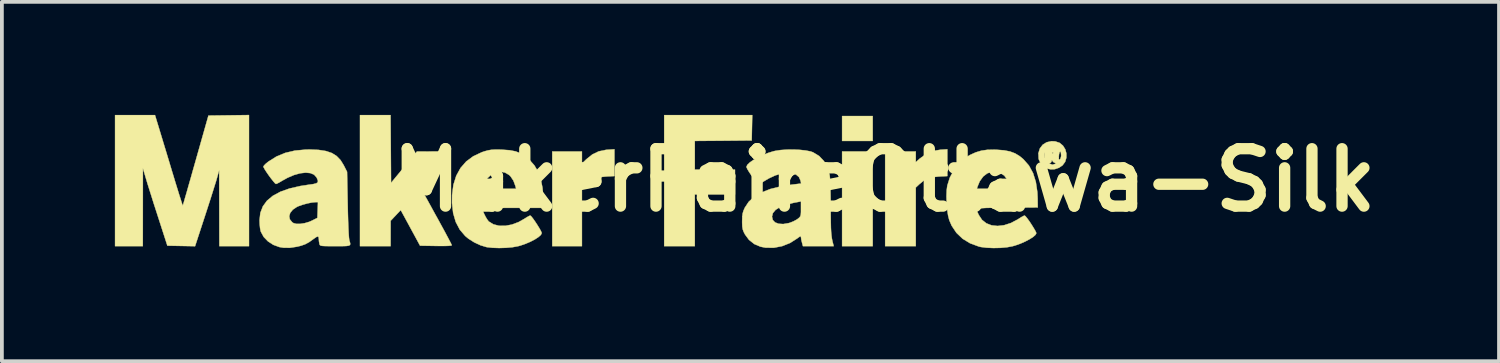
<source format=kicad_pcb>
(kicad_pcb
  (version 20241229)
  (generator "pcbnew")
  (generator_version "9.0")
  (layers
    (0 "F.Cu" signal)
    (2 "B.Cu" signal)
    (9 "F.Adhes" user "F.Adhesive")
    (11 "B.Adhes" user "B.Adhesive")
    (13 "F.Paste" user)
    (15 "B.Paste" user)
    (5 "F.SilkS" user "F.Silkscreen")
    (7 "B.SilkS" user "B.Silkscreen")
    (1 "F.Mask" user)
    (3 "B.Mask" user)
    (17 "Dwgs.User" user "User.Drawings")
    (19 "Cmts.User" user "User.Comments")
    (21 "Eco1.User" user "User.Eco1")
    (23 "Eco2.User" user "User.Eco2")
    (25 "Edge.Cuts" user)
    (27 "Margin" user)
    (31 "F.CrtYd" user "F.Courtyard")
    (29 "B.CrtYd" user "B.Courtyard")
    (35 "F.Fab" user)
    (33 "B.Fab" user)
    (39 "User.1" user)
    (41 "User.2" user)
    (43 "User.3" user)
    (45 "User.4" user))
  (footprint "MakerFaireOttawa-Silk"
    (layer "F.Cu")
    (at 20.427 1.733)
    (property "Reference" "MakerFaireOttawa-Silk" (at 0 0 0) (layer "F.SilkS") (effects (font (size 1.524 1.524) (thickness 0.3))))
    (attr through_hole)
    (fp_poly (pts (xy -0.305 -1.041) (xy -1.118 -1.041) (xy -1.118 -1.702) (xy -0.305 -1.702) (xy -0.305 -1.041)) (stroke (width 0.01) (type solid)) (fill yes) (layer "F.SilkS"))
    (fp_poly (pts (xy -0.305 1.753) (xy -1.118 1.753) (xy -1.118 -0.762) (xy -0.305 -0.762) (xy -0.305 1.753)) (stroke (width 0.01) (type solid)) (fill yes) (layer "F.SilkS"))
    (fp_poly (pts (xy -3.518 -1.054) (xy -4.274 -1.047) (xy -5.029 -1.041) (xy -5.029 -0.279) (xy -3.962 -0.279) (xy -3.962 0.381) (xy -5.029 0.381) (xy -5.029 1.753) (xy -5.842 1.753) (xy -5.842 -1.727) (xy -3.504 -1.727) (xy -3.518 -1.054)) (stroke (width 0.01) (type solid)) (fill yes) (layer "F.SilkS"))
    (fp_poly (pts (xy 1.676 -0.108) (xy 1.454 -0.097) (xy 1.287 -0.079) (xy 1.154 -0.042) (xy 1.038 0.021) (xy 0.93 0.11) (xy 0.838 0.196) (xy 0.838 1.753) (xy 0.025 1.753) (xy 0.025 -0.762) (xy 0.838 -0.762) (xy 0.838 -0.477) (xy 0.939 -0.568) (xy 1.113 -0.695) (xy 1.302 -0.775) (xy 1.492 -0.807) (xy 1.676 -0.819) (xy 1.676 -0.108)) (stroke (width 0.01) (type solid)) (fill yes) (layer "F.SilkS"))
    (fp_poly (pts (xy -7.163 -0.108) (xy -7.385 -0.097) (xy -7.551 -0.079) (xy -7.684 -0.042) (xy -7.801 0.021) (xy -7.918 0.117) (xy -7.924 0.123) (xy -8.026 0.221) (xy -8.026 1.753) (xy -8.814 1.753) (xy -8.814 -0.762) (xy -8.026 -0.762) (xy -8.026 -0.441) (xy -7.905 -0.558) (xy -7.747 -0.684) (xy -7.579 -0.764) (xy -7.388 -0.804) (xy -7.347 -0.807) (xy -7.163 -0.819) (xy -7.163 -0.108)) (stroke (width 0.01) (type solid)) (fill yes) (layer "F.SilkS"))
    (fp_poly (pts (xy -13.094 0.072) (xy -12.751 -0.343) (xy -12.408 -0.759) (xy -11.982 -0.761) (xy -11.824 -0.761) (xy -11.71 -0.759) (xy -11.633 -0.755) (xy -11.586 -0.748) (xy -11.563 -0.738) (xy -11.557 -0.723) (xy -11.557 -0.723) (xy -11.573 -0.693) (xy -11.618 -0.632) (xy -11.688 -0.544) (xy -11.777 -0.437) (xy -11.881 -0.315) (xy -11.937 -0.25) (xy -12.06 -0.11) (xy -12.153 -0.002) (xy -12.219 0.079) (xy -12.263 0.137) (xy -12.287 0.178) (xy -12.296 0.207) (xy -12.293 0.229) (xy -12.289 0.238) (xy -12.27 0.273) (xy -12.23 0.346) (xy -12.171 0.453) (xy -12.097 0.586) (xy -12.012 0.741) (xy -11.919 0.911) (xy -11.87 0.998) (xy -11.775 1.172) (xy -11.688 1.331) (xy -11.613 1.471) (xy -11.552 1.586) (xy -11.508 1.671) (xy -11.484 1.72) (xy -11.481 1.729) (xy -11.505 1.738) (xy -11.577 1.745) (xy -11.69 1.748) (xy -11.842 1.748) (xy -11.902 1.747) (xy -12.324 1.74) (xy -12.58 1.268) (xy -12.837 0.795) (xy -12.971 0.937) (xy -13.105 1.079) (xy -13.106 1.753) (xy -13.919 1.753) (xy -13.919 -1.727) (xy -13.107 -1.727) (xy -13.094 0.072)) (stroke (width 0.01) (type solid)) (fill yes) (layer "F.SilkS"))
    (fp_poly (pts (xy -16.866 1.753) (xy -17.653 1.753) (xy -17.655 0.743) (xy -17.657 -0.267) (xy -17.717 -0.054) (xy -17.739 0.023) (xy -17.776 0.14) (xy -17.823 0.29) (xy -17.878 0.465) (xy -17.94 0.657) (xy -18.005 0.858) (xy -18.037 0.956) (xy -18.298 1.754) (xy -18.665 1.747) (xy -19.033 1.74) (xy -19.271 1.003) (xy -19.336 0.802) (xy -19.401 0.601) (xy -19.461 0.409) (xy -19.516 0.236) (xy -19.561 0.092) (xy -19.593 -0.015) (xy -19.596 -0.025) (xy -19.683 -0.318) (xy -19.685 1.753) (xy -20.422 1.753) (xy -20.422 -1.727) (xy -19.892 -1.727) (xy -19.362 -1.727) (xy -19.248 -1.353) (xy -19.212 -1.234) (xy -19.164 -1.076) (xy -19.107 -0.888) (xy -19.044 -0.681) (xy -18.978 -0.462) (xy -18.912 -0.242) (xy -18.883 -0.148) (xy -18.824 0.048) (xy -18.769 0.226) (xy -18.721 0.382) (xy -18.68 0.51) (xy -18.65 0.605) (xy -18.63 0.662) (xy -18.624 0.675) (xy -18.616 0.65) (xy -18.595 0.58) (xy -18.564 0.471) (xy -18.522 0.328) (xy -18.473 0.154) (xy -18.416 -0.044) (xy -18.354 -0.264) (xy -18.287 -0.499) (xy -18.28 -0.524) (xy -17.943 -1.714) (xy -17.405 -1.721) (xy -16.866 -1.728) (xy -16.866 1.753)) (stroke (width 0.01) (type solid)) (fill yes) (layer "F.SilkS"))
    (fp_poly (pts (xy 4.54 -1.029) (xy 4.657 -0.99) (xy 4.746 -0.916) (xy 4.807 -0.819) (xy 4.837 -0.709) (xy 4.836 -0.594) (xy 4.803 -0.485) (xy 4.734 -0.392) (xy 4.64 -0.329) (xy 4.527 -0.29) (xy 4.421 -0.287) (xy 4.326 -0.307) (xy 4.236 -0.357) (xy 4.158 -0.44) (xy 4.153 -0.451) (xy 4.373 -0.451) (xy 4.392 -0.439) (xy 4.407 -0.432) (xy 4.453 -0.414) (xy 4.47 -0.41) (xy 4.501 -0.419) (xy 4.534 -0.432) (xy 4.566 -0.449) (xy 4.552 -0.455) (xy 4.542 -0.455) (xy 4.494 -0.477) (xy 4.472 -0.502) (xy 4.452 -0.533) (xy 4.446 -0.519) (xy 4.446 -0.502) (xy 4.424 -0.463) (xy 4.401 -0.455) (xy 4.373 -0.451) (xy 4.153 -0.451) (xy 4.108 -0.542) (xy 4.1 -0.572) (xy 4.097 -0.66) (xy 4.249 -0.66) (xy 4.251 -0.605) (xy 4.256 -0.59) (xy 4.26 -0.603) (xy 4.26 -0.61) (xy 4.635 -0.61) (xy 4.637 -0.56) (xy 4.64 -0.551) (xy 4.661 -0.545) (xy 4.682 -0.575) (xy 4.696 -0.628) (xy 4.698 -0.66) (xy 4.691 -0.731) (xy 4.675 -0.76) (xy 4.656 -0.744) (xy 4.641 -0.683) (xy 4.635 -0.61) (xy 4.26 -0.61) (xy 4.264 -0.677) (xy 4.26 -0.718) (xy 4.254 -0.728) (xy 4.453 -0.728) (xy 4.457 -0.713) (xy 4.47 -0.711) (xy 4.491 -0.72) (xy 4.487 -0.728) (xy 4.457 -0.731) (xy 4.453 -0.728) (xy 4.254 -0.728) (xy 4.253 -0.73) (xy 4.249 -0.698) (xy 4.249 -0.66) (xy 4.097 -0.66) (xy 4.095 -0.717) (xy 4.133 -0.841) (xy 4.208 -0.94) (xy 4.314 -1.006) (xy 4.445 -1.034) (xy 4.54 -1.029)) (stroke (width 0.01) (type solid)) (fill yes) (layer "F.SilkS"))
    (fp_poly (pts (xy 2.981 -0.807) (xy 3.179 -0.792) (xy 3.34 -0.761) (xy 3.476 -0.71) (xy 3.599 -0.635) (xy 3.696 -0.554) (xy 3.842 -0.388) (xy 3.952 -0.187) (xy 4.026 0.048) (xy 4.066 0.32) (xy 4.074 0.483) (xy 4.077 0.724) (xy 3.27 0.731) (xy 3.04 0.732) (xy 2.855 0.734) (xy 2.713 0.737) (xy 2.607 0.743) (xy 2.534 0.752) (xy 2.489 0.766) (xy 2.467 0.785) (xy 2.464 0.813) (xy 2.475 0.848) (xy 2.496 0.893) (xy 2.512 0.927) (xy 2.596 1.054) (xy 2.711 1.146) (xy 2.851 1.2) (xy 3.01 1.217) (xy 3.183 1.197) (xy 3.365 1.138) (xy 3.549 1.041) (xy 3.57 1.027) (xy 3.643 0.981) (xy 3.702 0.949) (xy 3.728 0.94) (xy 3.753 0.96) (xy 3.796 1.013) (xy 3.851 1.088) (xy 3.909 1.175) (xy 3.963 1.262) (xy 4.008 1.338) (xy 4.034 1.392) (xy 4.039 1.409) (xy 4.016 1.453) (xy 3.954 1.508) (xy 3.86 1.568) (xy 3.746 1.628) (xy 3.618 1.685) (xy 3.486 1.732) (xy 3.41 1.754) (xy 3.261 1.782) (xy 3.084 1.798) (xy 2.899 1.802) (xy 2.721 1.794) (xy 2.567 1.775) (xy 2.515 1.763) (xy 2.281 1.677) (xy 2.081 1.555) (xy 1.917 1.398) (xy 1.791 1.209) (xy 1.727 1.061) (xy 1.696 0.938) (xy 1.672 0.78) (xy 1.658 0.605) (xy 1.653 0.429) (xy 1.659 0.268) (xy 1.664 0.229) (xy 2.46 0.229) (xy 3.349 0.229) (xy 3.323 0.133) (xy 3.266 -0.016) (xy 3.187 -0.122) (xy 3.081 -0.19) (xy 3.002 -0.215) (xy 2.864 -0.221) (xy 2.737 -0.181) (xy 2.627 -0.096) (xy 2.537 0.029) (xy 2.478 0.171) (xy 2.46 0.229) (xy 1.664 0.229) (xy 1.675 0.146) (xy 1.742 -0.066) (xy 1.848 -0.266) (xy 1.985 -0.443) (xy 2.147 -0.588) (xy 2.276 -0.668) (xy 2.432 -0.738) (xy 2.579 -0.782) (xy 2.736 -0.805) (xy 2.92 -0.809) (xy 2.981 -0.807)) (stroke (width 0.01) (type solid)) (fill yes) (layer "F.SilkS"))
    (fp_poly (pts (xy -10.219 -0.811) (xy -10.139 -0.808) (xy -9.945 -0.794) (xy -9.788 -0.764) (xy -9.654 -0.712) (xy -9.532 -0.635) (xy -9.415 -0.535) (xy -9.288 -0.391) (xy -9.19 -0.224) (xy -9.119 -0.028) (xy -9.073 0.204) (xy -9.05 0.451) (xy -9.035 0.737) (xy -9.851 0.737) (xy -10.087 0.737) (xy -10.276 0.738) (xy -10.422 0.741) (xy -10.53 0.745) (xy -10.604 0.75) (xy -10.648 0.756) (xy -10.667 0.765) (xy -10.668 0.768) (xy -10.655 0.82) (xy -10.622 0.896) (xy -10.58 0.98) (xy -10.535 1.053) (xy -10.499 1.098) (xy -10.378 1.173) (xy -10.23 1.211) (xy -10.063 1.213) (xy -9.885 1.18) (xy -9.705 1.112) (xy -9.557 1.028) (xy -9.484 0.982) (xy -9.425 0.95) (xy -9.398 0.94) (xy -9.373 0.96) (xy -9.33 1.013) (xy -9.276 1.089) (xy -9.219 1.175) (xy -9.165 1.262) (xy -9.122 1.337) (xy -9.097 1.391) (xy -9.093 1.406) (xy -9.116 1.454) (xy -9.18 1.511) (xy -9.275 1.573) (xy -9.394 1.635) (xy -9.528 1.692) (xy -9.669 1.74) (xy -9.722 1.754) (xy -9.864 1.78) (xy -10.037 1.796) (xy -10.222 1.802) (xy -10.399 1.796) (xy -10.549 1.779) (xy -10.564 1.776) (xy -10.72 1.729) (xy -10.885 1.652) (xy -11.038 1.555) (xy -11.124 1.484) (xy -11.269 1.314) (xy -11.376 1.111) (xy -11.445 0.875) (xy -11.475 0.608) (xy -11.473 0.394) (xy -11.452 0.229) (xy -10.665 0.229) (xy -9.773 0.229) (xy -9.791 0.159) (xy -9.845 0.013) (xy -9.924 -0.104) (xy -9.961 -0.139) (xy -10.072 -0.203) (xy -10.194 -0.224) (xy -10.317 -0.203) (xy -10.433 -0.146) (xy -10.533 -0.054) (xy -10.609 0.069) (xy -10.626 0.113) (xy -10.665 0.229) (xy -11.452 0.229) (xy -11.438 0.123) (xy -11.363 -0.116) (xy -11.249 -0.323) (xy -11.097 -0.497) (xy -10.907 -0.637) (xy -10.681 -0.742) (xy -10.609 -0.766) (xy -10.52 -0.79) (xy -10.436 -0.805) (xy -10.341 -0.811) (xy -10.219 -0.811)) (stroke (width 0.01) (type solid)) (fill yes) (layer "F.SilkS"))
    (fp_poly (pts (xy -2.239 -0.804) (xy -2.083 -0.787) (xy -1.956 -0.762) (xy -1.892 -0.74) (xy -1.727 -0.64) (xy -1.598 -0.503) (xy -1.504 -0.331) (xy -1.45 -0.14) (xy -1.442 -0.074) (xy -1.436 0.036) (xy -1.43 0.18) (xy -1.425 0.35) (xy -1.422 0.538) (xy -1.421 0.71) (xy -1.42 0.934) (xy -1.418 1.115) (xy -1.415 1.261) (xy -1.409 1.377) (xy -1.4 1.471) (xy -1.389 1.552) (xy -1.374 1.625) (xy -1.359 1.683) (xy -1.341 1.753) (xy -2.157 1.753) (xy -2.183 1.657) (xy -2.201 1.583) (xy -2.209 1.522) (xy -2.21 1.516) (xy -2.215 1.492) (xy -2.237 1.495) (xy -2.285 1.528) (xy -2.305 1.544) (xy -2.499 1.668) (xy -2.71 1.752) (xy -2.93 1.795) (xy -3.148 1.793) (xy -3.284 1.767) (xy -3.449 1.697) (xy -3.59 1.585) (xy -3.694 1.445) (xy -3.733 1.371) (xy -3.756 1.306) (xy -3.768 1.232) (xy -3.772 1.132) (xy -3.772 1.092) (xy -3.769 0.975) (xy -3.769 0.969) (xy -2.98 0.969) (xy -2.959 1.058) (xy -2.898 1.122) (xy -2.803 1.158) (xy -2.681 1.166) (xy -2.536 1.141) (xy -2.505 1.132) (xy -2.411 1.095) (xy -2.321 1.046) (xy -2.298 1.03) (xy -2.254 0.994) (xy -2.228 0.961) (xy -2.215 0.917) (xy -2.21 0.847) (xy -2.21 0.764) (xy -2.21 0.565) (xy -2.407 0.602) (xy -2.607 0.651) (xy -2.767 0.714) (xy -2.884 0.789) (xy -2.956 0.875) (xy -2.98 0.969) (xy -3.769 0.969) (xy -3.759 0.888) (xy -3.737 0.813) (xy -3.701 0.731) (xy -3.597 0.574) (xy -3.45 0.44) (xy -3.258 0.327) (xy -3.023 0.235) (xy -2.742 0.165) (xy -2.455 0.12) (xy -2.206 0.09) (xy -2.221 0.015) (xy -2.263 -0.081) (xy -2.341 -0.148) (xy -2.449 -0.186) (xy -2.581 -0.195) (xy -2.731 -0.174) (xy -2.895 -0.125) (xy -3.065 -0.046) (xy -3.161 0.011) (xy -3.238 0.057) (xy -3.301 0.089) (xy -3.334 0.1) (xy -3.364 0.079) (xy -3.412 0.026) (xy -3.471 -0.049) (xy -3.532 -0.134) (xy -3.589 -0.219) (xy -3.633 -0.292) (xy -3.656 -0.343) (xy -3.658 -0.354) (xy -3.635 -0.405) (xy -3.572 -0.467) (xy -3.477 -0.534) (xy -3.358 -0.602) (xy -3.224 -0.666) (xy -3.084 -0.722) (xy -2.945 -0.765) (xy -2.893 -0.777) (xy -2.75 -0.799) (xy -2.585 -0.81) (xy -2.41 -0.812) (xy -2.239 -0.804)) (stroke (width 0.01) (type solid)) (fill yes) (layer "F.SilkS"))
    (fp_poly (pts (xy -15.018 -0.803) (xy -14.825 -0.773) (xy -14.667 -0.72) (xy -14.539 -0.64) (xy -14.435 -0.532) (xy -14.351 -0.396) (xy -14.262 -0.221) (xy -14.245 0.645) (xy -14.24 0.875) (xy -14.234 1.083) (xy -14.227 1.263) (xy -14.22 1.411) (xy -14.212 1.521) (xy -14.204 1.587) (xy -14.201 1.6) (xy -14.184 1.656) (xy -14.177 1.697) (xy -14.187 1.724) (xy -14.22 1.74) (xy -14.282 1.749) (xy -14.381 1.752) (xy -14.521 1.753) (xy -14.577 1.753) (xy -14.728 1.752) (xy -14.836 1.751) (xy -14.909 1.747) (xy -14.953 1.741) (xy -14.978 1.729) (xy -14.99 1.713) (xy -14.995 1.695) (xy -15.008 1.623) (xy -15.011 1.573) (xy -15.016 1.516) (xy -15.036 1.495) (xy -15.078 1.51) (xy -15.149 1.559) (xy -15.157 1.565) (xy -15.272 1.647) (xy -15.374 1.702) (xy -15.485 1.741) (xy -15.591 1.767) (xy -15.78 1.796) (xy -15.943 1.795) (xy -16.06 1.776) (xy -16.221 1.717) (xy -16.362 1.625) (xy -16.475 1.508) (xy -16.548 1.375) (xy -16.557 1.35) (xy -16.572 1.274) (xy -16.582 1.17) (xy -16.586 1.064) (xy -16.574 0.956) (xy -15.798 0.956) (xy -15.782 1.04) (xy -15.722 1.115) (xy -15.684 1.141) (xy -15.61 1.161) (xy -15.505 1.161) (xy -15.385 1.142) (xy -15.264 1.106) (xy -15.192 1.074) (xy -15.05 1.002) (xy -15.042 0.793) (xy -15.035 0.584) (xy -15.106 0.585) (xy -15.198 0.594) (xy -15.316 0.618) (xy -15.44 0.652) (xy -15.549 0.69) (xy -15.594 0.71) (xy -15.702 0.783) (xy -15.771 0.868) (xy -15.798 0.956) (xy -16.574 0.956) (xy -16.564 0.869) (xy -16.498 0.697) (xy -16.389 0.547) (xy -16.234 0.417) (xy -16.035 0.309) (xy -15.79 0.222) (xy -15.499 0.155) (xy -15.282 0.122) (xy -15.159 0.105) (xy -15.081 0.085) (xy -15.042 0.059) (xy -15.035 0.019) (xy -15.056 -0.039) (xy -15.074 -0.075) (xy -15.138 -0.146) (xy -15.236 -0.187) (xy -15.362 -0.199) (xy -15.509 -0.182) (xy -15.672 -0.136) (xy -15.843 -0.063) (xy -15.979 0.012) (xy -16.056 0.058) (xy -16.118 0.09) (xy -16.15 0.102) (xy -16.176 0.082) (xy -16.221 0.03) (xy -16.279 -0.043) (xy -16.341 -0.127) (xy -16.4 -0.212) (xy -16.448 -0.287) (xy -16.478 -0.341) (xy -16.484 -0.36) (xy -16.465 -0.391) (xy -16.415 -0.441) (xy -16.351 -0.492) (xy -16.137 -0.627) (xy -15.905 -0.723) (xy -15.648 -0.784) (xy -15.36 -0.811) (xy -15.253 -0.813) (xy -15.018 -0.803)) (stroke (width 0.01) (type solid)) (fill yes) (layer "F.SilkS")))
  (gr_rect
    (start -3 -3)
    (end 36.751 6.54)
    (stroke (width 0.1) (type default))
    (fill no)
    (layer "Edge.Cuts")))
</source>
